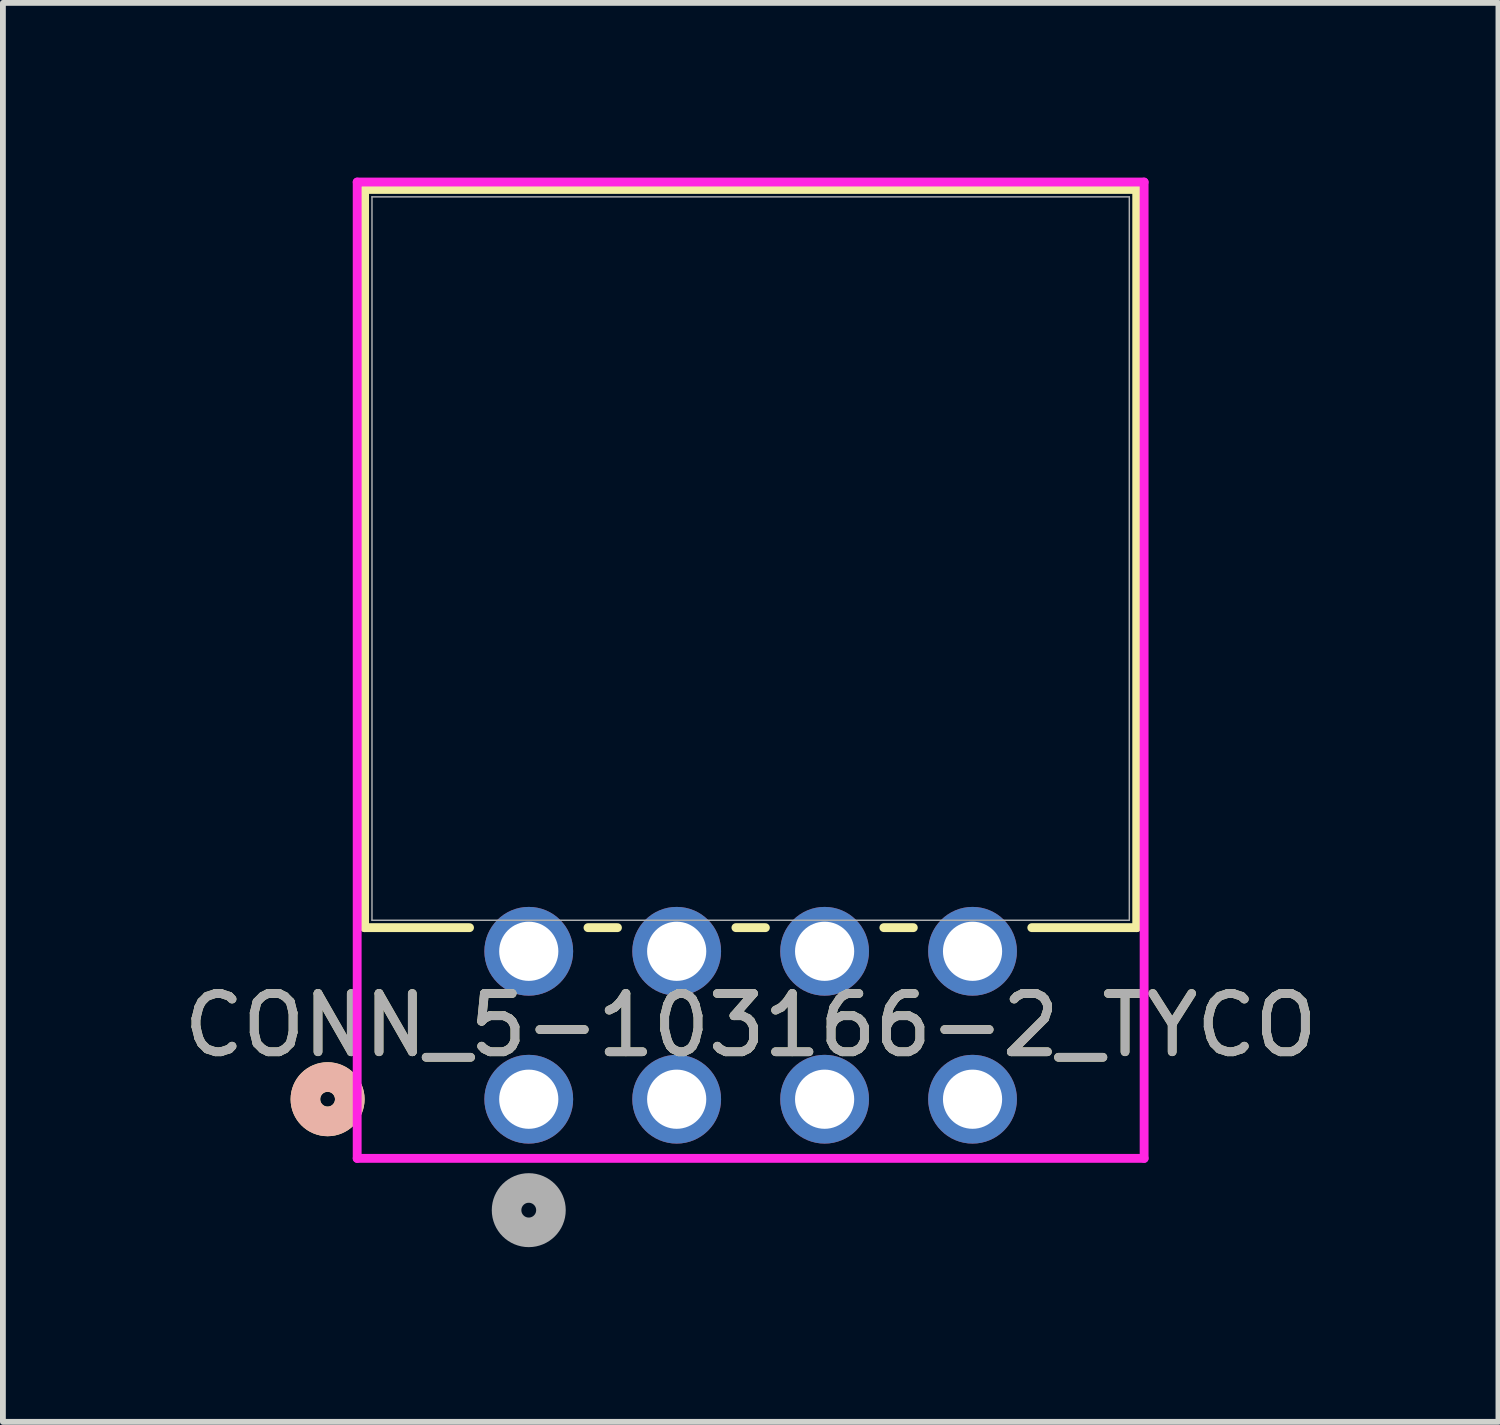
<source format=kicad_pcb>
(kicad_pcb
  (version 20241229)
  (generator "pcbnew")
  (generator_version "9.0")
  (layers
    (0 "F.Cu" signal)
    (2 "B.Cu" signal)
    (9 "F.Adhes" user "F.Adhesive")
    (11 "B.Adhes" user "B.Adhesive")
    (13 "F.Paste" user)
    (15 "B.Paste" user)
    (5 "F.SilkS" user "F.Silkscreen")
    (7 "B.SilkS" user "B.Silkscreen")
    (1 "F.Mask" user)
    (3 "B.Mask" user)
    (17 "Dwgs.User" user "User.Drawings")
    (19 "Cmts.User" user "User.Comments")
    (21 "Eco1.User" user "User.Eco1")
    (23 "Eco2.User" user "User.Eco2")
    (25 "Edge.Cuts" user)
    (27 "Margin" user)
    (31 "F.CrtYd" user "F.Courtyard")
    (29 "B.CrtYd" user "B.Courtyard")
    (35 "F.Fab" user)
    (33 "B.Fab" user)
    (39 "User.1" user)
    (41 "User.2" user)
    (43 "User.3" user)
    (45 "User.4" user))
  (footprint "CONN_5-103166-2_TYCO"
    (layer "F.Cu")
    (at 6.029 15.824)
    (property "Reference" "CONN_5-103166-2_TYCO" (at 3.81 -1.27 0) (unlocked yes) (layer "F.SilkS") (effects (font (size 1 1) (thickness 0.15))))
    (attr through_hole)
    (fp_line (start -2.819 -15.621) (end -2.819 -2.946) (stroke (width 0.152) (type solid)) (layer "F.SilkS"))
    (fp_line (start -2.819 -2.946) (end -1.017 -2.946) (stroke (width 0.152) (type solid)) (layer "F.SilkS"))
    (fp_line (start 1.017 -2.946) (end 1.523 -2.946) (stroke (width 0.152) (type solid)) (layer "F.SilkS"))
    (fp_line (start 3.557 -2.946) (end 4.063 -2.946) (stroke (width 0.152) (type solid)) (layer "F.SilkS"))
    (fp_line (start 6.097 -2.946) (end 6.603 -2.946) (stroke (width 0.152) (type solid)) (layer "F.SilkS"))
    (fp_line (start 8.637 -2.946) (end 10.439 -2.946) (stroke (width 0.152) (type solid)) (layer "F.SilkS"))
    (fp_line (start 10.439 -15.621) (end -2.819 -15.621) (stroke (width 0.152) (type solid)) (layer "F.SilkS"))
    (fp_line (start 10.439 -2.946) (end 10.439 -15.621) (stroke (width 0.152) (type solid)) (layer "F.SilkS"))
    (fp_circle (center -3.454 0) (end -3.073 0) (stroke (width 0.508) (type solid)) (fill no) (layer "F.SilkS"))
    (fp_circle (center -3.454 0) (end -3.073 0) (stroke (width 0.508) (type solid)) (fill no) (layer "B.SilkS"))
    (fp_line (start -2.946 -15.748) (end -2.946 1.016) (stroke (width 0.152) (type solid)) (layer "F.CrtYd"))
    (fp_line (start -2.946 1.016) (end 10.566 1.016) (stroke (width 0.152) (type solid)) (layer "F.CrtYd"))
    (fp_line (start 10.566 -15.748) (end -2.946 -15.748) (stroke (width 0.152) (type solid)) (layer "F.CrtYd"))
    (fp_line (start 10.566 1.016) (end 10.566 -15.748) (stroke (width 0.152) (type solid)) (layer "F.CrtYd"))
    (fp_line (start -2.692 -15.494) (end -2.692 -3.073) (stroke (width 0.025) (type solid)) (layer "F.Fab"))
    (fp_line (start -2.692 -3.073) (end 10.312 -3.073) (stroke (width 0.025) (type solid)) (layer "F.Fab"))
    (fp_line (start 10.312 -15.494) (end -2.692 -15.494) (stroke (width 0.025) (type solid)) (layer "F.Fab"))
    (fp_line (start 10.312 -3.073) (end 10.312 -15.494) (stroke (width 0.025) (type solid)) (layer "F.Fab"))
    (fp_circle (center 0 1.905) (end 0.381 1.905) (stroke (width 0.508) (type solid)) (fill no) (layer "F.Fab"))
    (fp_text user "${REFERENCE}" (at 3.81 -1.27 0) (unlocked yes) (layer "F.Fab") (effects (font (size 1 1) (thickness 0.15))))
    (pad "1" thru_hole circle (at 0 0) (size 1.524 1.524) (drill 1.016) (layers "*.Cu" "*.Mask"))
    (pad "2" thru_hole circle (at 0 -2.54) (size 1.524 1.524) (drill 1.016) (layers "*.Cu" "*.Mask"))
    (pad "3" thru_hole circle (at 2.54 0) (size 1.524 1.524) (drill 1.016) (layers "*.Cu" "*.Mask"))
    (pad "4" thru_hole circle (at 2.54 -2.54) (size 1.524 1.524) (drill 1.016) (layers "*.Cu" "*.Mask"))
    (pad "5" thru_hole circle (at 5.08 0) (size 1.524 1.524) (drill 1.016) (layers "*.Cu" "*.Mask"))
    (pad "6" thru_hole circle (at 5.08 -2.54) (size 1.524 1.524) (drill 1.016) (layers "*.Cu" "*.Mask"))
    (pad "7" thru_hole circle (at 7.62 0) (size 1.524 1.524) (drill 1.016) (layers "*.Cu" "*.Mask"))
    (pad "8" thru_hole circle (at 7.62 -2.54) (size 1.524 1.524) (drill 1.016) (layers "*.Cu" "*.Mask")))
  (gr_rect
    (start -3 -3)
    (end 22.679 21.364)
    (stroke (width 0.1) (type default))
    (fill no)
    (layer "Edge.Cuts")))
</source>
